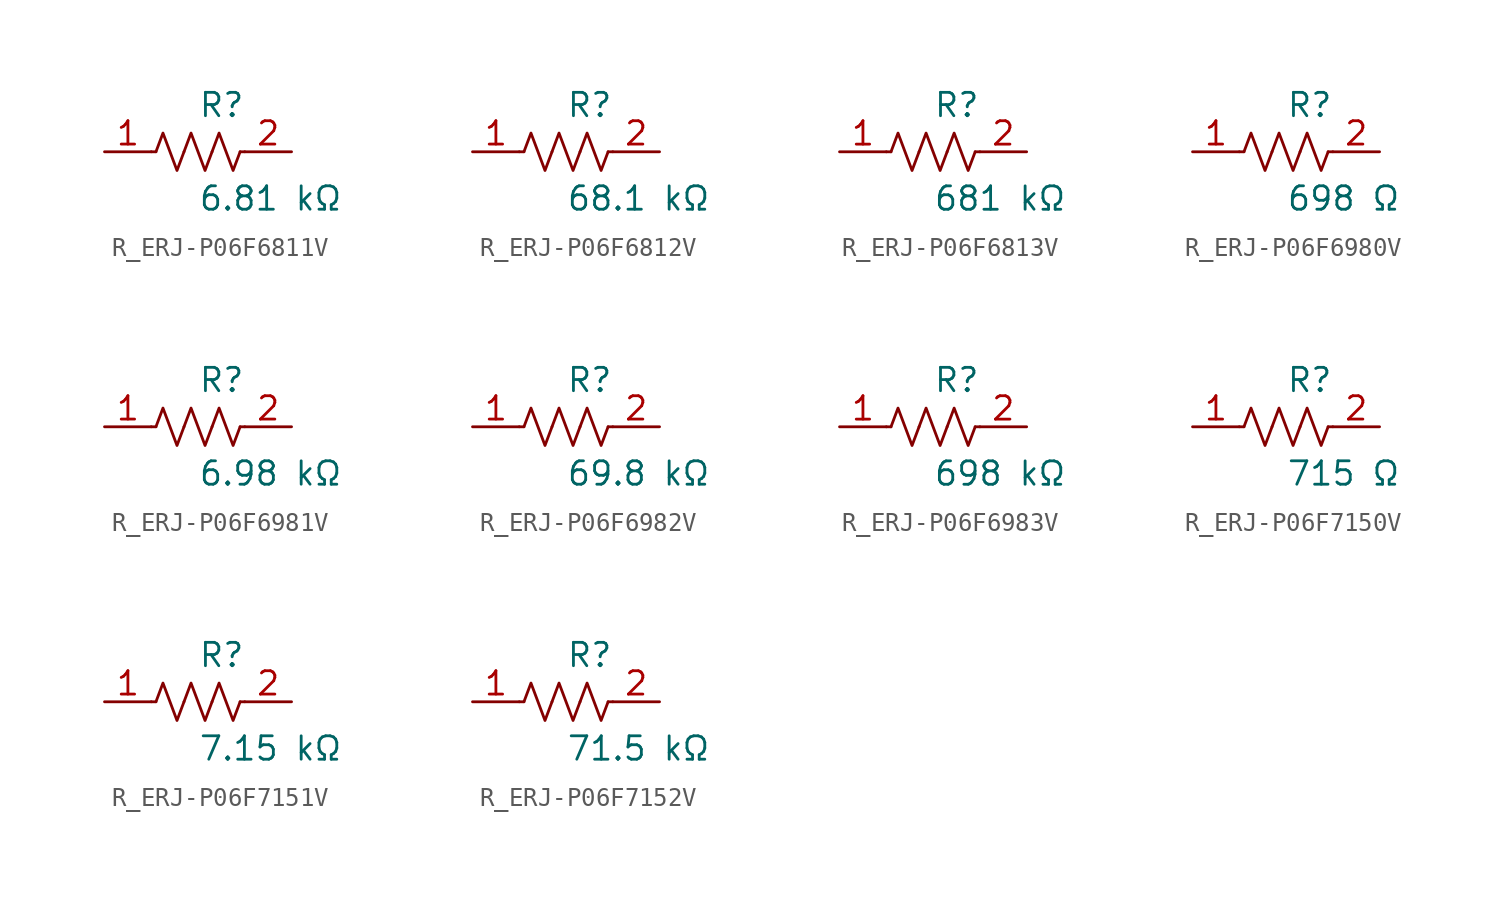
<source format=kicad_sym>
(kicad_symbol_lib
  (version 20231120)
  (generator kicad_symbol_editor)
  (generator_version 8.0)
  (symbol "R_ERJ-P06F6811V"
    (pin_names
      (offset 0.254))
    (property "Reference" "R"
      (at 0.0 2.54 0)
      (effects (font (size 1.27 1.27)) (justify left)))
    (property "Value" "6.81 kΩ"
      (at 0.0 -2.54 0)
      (effects (font (size 1.27 1.27)) (justify left)))
    (symbol "R_ERJ-P06F6811V_0_1"
      (polyline (pts (xy 2.286 0) (xy 2.54 0)) (stroke (width 0) (type default)) (fill (type none)))
      (polyline (pts (xy -2.286 0) (xy -2.54 0)) (stroke (width 0) (type default)) (fill (type none)))
      (polyline (pts (xy 0.762 0) (xy 1.143 1.016) (xy 1.524 0) (xy 1.905 -1.016) (xy 2.286 0)) (stroke (width 0) (type default)) (fill (type none)))
      (polyline (pts (xy -0.762 0) (xy -0.381 1.016) (xy 0 0) (xy 0.381 -1.016) (xy 0.762 0)) (stroke (width 0) (type default)) (fill (type none)))
      (polyline (pts (xy -2.286 0) (xy -1.905 1.016) (xy -1.524 0) (xy -1.143 -1.016) (xy -0.762 0)) (stroke (width 0) (type default)) (fill (type none))))
    (pin unspecified line
      (at -5.08 0 0)
      (length 2.54)
      (name "" (effects (font (size 1.27 1.27))))
      (number "1" (effects (font (size 1.27 1.27)))))
    (pin unspecified line
      (at 5.08 0 180)
      (length 2.54)
      (name "" (effects (font (size 1.27 1.27))))
      (number "2" (effects (font (size 1.27 1.27))))))
  (symbol "R_ERJ-P06F6812V"
    (pin_names
      (offset 0.254))
    (property "Reference" "R"
      (at 0.0 2.54 0)
      (effects (font (size 1.27 1.27)) (justify left)))
    (property "Value" "68.1 kΩ"
      (at 0.0 -2.54 0)
      (effects (font (size 1.27 1.27)) (justify left)))
    (symbol "R_ERJ-P06F6812V_0_1"
      (polyline (pts (xy 2.286 0) (xy 2.54 0)) (stroke (width 0) (type default)) (fill (type none)))
      (polyline (pts (xy -2.286 0) (xy -2.54 0)) (stroke (width 0) (type default)) (fill (type none)))
      (polyline (pts (xy 0.762 0) (xy 1.143 1.016) (xy 1.524 0) (xy 1.905 -1.016) (xy 2.286 0)) (stroke (width 0) (type default)) (fill (type none)))
      (polyline (pts (xy -0.762 0) (xy -0.381 1.016) (xy 0 0) (xy 0.381 -1.016) (xy 0.762 0)) (stroke (width 0) (type default)) (fill (type none)))
      (polyline (pts (xy -2.286 0) (xy -1.905 1.016) (xy -1.524 0) (xy -1.143 -1.016) (xy -0.762 0)) (stroke (width 0) (type default)) (fill (type none))))
    (pin unspecified line
      (at -5.08 0 0)
      (length 2.54)
      (name "" (effects (font (size 1.27 1.27))))
      (number "1" (effects (font (size 1.27 1.27)))))
    (pin unspecified line
      (at 5.08 0 180)
      (length 2.54)
      (name "" (effects (font (size 1.27 1.27))))
      (number "2" (effects (font (size 1.27 1.27))))))
  (symbol "R_ERJ-P06F6813V"
    (pin_names
      (offset 0.254))
    (property "Reference" "R"
      (at 0.0 2.54 0)
      (effects (font (size 1.27 1.27)) (justify left)))
    (property "Value" "681 kΩ"
      (at 0.0 -2.54 0)
      (effects (font (size 1.27 1.27)) (justify left)))
    (symbol "R_ERJ-P06F6813V_0_1"
      (polyline (pts (xy 2.286 0) (xy 2.54 0)) (stroke (width 0) (type default)) (fill (type none)))
      (polyline (pts (xy -2.286 0) (xy -2.54 0)) (stroke (width 0) (type default)) (fill (type none)))
      (polyline (pts (xy 0.762 0) (xy 1.143 1.016) (xy 1.524 0) (xy 1.905 -1.016) (xy 2.286 0)) (stroke (width 0) (type default)) (fill (type none)))
      (polyline (pts (xy -0.762 0) (xy -0.381 1.016) (xy 0 0) (xy 0.381 -1.016) (xy 0.762 0)) (stroke (width 0) (type default)) (fill (type none)))
      (polyline (pts (xy -2.286 0) (xy -1.905 1.016) (xy -1.524 0) (xy -1.143 -1.016) (xy -0.762 0)) (stroke (width 0) (type default)) (fill (type none))))
    (pin unspecified line
      (at -5.08 0 0)
      (length 2.54)
      (name "" (effects (font (size 1.27 1.27))))
      (number "1" (effects (font (size 1.27 1.27)))))
    (pin unspecified line
      (at 5.08 0 180)
      (length 2.54)
      (name "" (effects (font (size 1.27 1.27))))
      (number "2" (effects (font (size 1.27 1.27))))))
  (symbol "R_ERJ-P06F6980V"
    (pin_names
      (offset 0.254))
    (property "Reference" "R"
      (at 0.0 2.54 0)
      (effects (font (size 1.27 1.27)) (justify left)))
    (property "Value" "698 Ω"
      (at 0.0 -2.54 0)
      (effects (font (size 1.27 1.27)) (justify left)))
    (symbol "R_ERJ-P06F6980V_0_1"
      (polyline (pts (xy 2.286 0) (xy 2.54 0)) (stroke (width 0) (type default)) (fill (type none)))
      (polyline (pts (xy -2.286 0) (xy -2.54 0)) (stroke (width 0) (type default)) (fill (type none)))
      (polyline (pts (xy 0.762 0) (xy 1.143 1.016) (xy 1.524 0) (xy 1.905 -1.016) (xy 2.286 0)) (stroke (width 0) (type default)) (fill (type none)))
      (polyline (pts (xy -0.762 0) (xy -0.381 1.016) (xy 0 0) (xy 0.381 -1.016) (xy 0.762 0)) (stroke (width 0) (type default)) (fill (type none)))
      (polyline (pts (xy -2.286 0) (xy -1.905 1.016) (xy -1.524 0) (xy -1.143 -1.016) (xy -0.762 0)) (stroke (width 0) (type default)) (fill (type none))))
    (pin unspecified line
      (at -5.08 0 0)
      (length 2.54)
      (name "" (effects (font (size 1.27 1.27))))
      (number "1" (effects (font (size 1.27 1.27)))))
    (pin unspecified line
      (at 5.08 0 180)
      (length 2.54)
      (name "" (effects (font (size 1.27 1.27))))
      (number "2" (effects (font (size 1.27 1.27))))))
  (symbol "R_ERJ-P06F6981V"
    (pin_names
      (offset 0.254))
    (property "Reference" "R"
      (at 0.0 2.54 0)
      (effects (font (size 1.27 1.27)) (justify left)))
    (property "Value" "6.98 kΩ"
      (at 0.0 -2.54 0)
      (effects (font (size 1.27 1.27)) (justify left)))
    (symbol "R_ERJ-P06F6981V_0_1"
      (polyline (pts (xy 2.286 0) (xy 2.54 0)) (stroke (width 0) (type default)) (fill (type none)))
      (polyline (pts (xy -2.286 0) (xy -2.54 0)) (stroke (width 0) (type default)) (fill (type none)))
      (polyline (pts (xy 0.762 0) (xy 1.143 1.016) (xy 1.524 0) (xy 1.905 -1.016) (xy 2.286 0)) (stroke (width 0) (type default)) (fill (type none)))
      (polyline (pts (xy -0.762 0) (xy -0.381 1.016) (xy 0 0) (xy 0.381 -1.016) (xy 0.762 0)) (stroke (width 0) (type default)) (fill (type none)))
      (polyline (pts (xy -2.286 0) (xy -1.905 1.016) (xy -1.524 0) (xy -1.143 -1.016) (xy -0.762 0)) (stroke (width 0) (type default)) (fill (type none))))
    (pin unspecified line
      (at -5.08 0 0)
      (length 2.54)
      (name "" (effects (font (size 1.27 1.27))))
      (number "1" (effects (font (size 1.27 1.27)))))
    (pin unspecified line
      (at 5.08 0 180)
      (length 2.54)
      (name "" (effects (font (size 1.27 1.27))))
      (number "2" (effects (font (size 1.27 1.27))))))
  (symbol "R_ERJ-P06F6982V"
    (pin_names
      (offset 0.254))
    (property "Reference" "R"
      (at 0.0 2.54 0)
      (effects (font (size 1.27 1.27)) (justify left)))
    (property "Value" "69.8 kΩ"
      (at 0.0 -2.54 0)
      (effects (font (size 1.27 1.27)) (justify left)))
    (symbol "R_ERJ-P06F6982V_0_1"
      (polyline (pts (xy 2.286 0) (xy 2.54 0)) (stroke (width 0) (type default)) (fill (type none)))
      (polyline (pts (xy -2.286 0) (xy -2.54 0)) (stroke (width 0) (type default)) (fill (type none)))
      (polyline (pts (xy 0.762 0) (xy 1.143 1.016) (xy 1.524 0) (xy 1.905 -1.016) (xy 2.286 0)) (stroke (width 0) (type default)) (fill (type none)))
      (polyline (pts (xy -0.762 0) (xy -0.381 1.016) (xy 0 0) (xy 0.381 -1.016) (xy 0.762 0)) (stroke (width 0) (type default)) (fill (type none)))
      (polyline (pts (xy -2.286 0) (xy -1.905 1.016) (xy -1.524 0) (xy -1.143 -1.016) (xy -0.762 0)) (stroke (width 0) (type default)) (fill (type none))))
    (pin unspecified line
      (at -5.08 0 0)
      (length 2.54)
      (name "" (effects (font (size 1.27 1.27))))
      (number "1" (effects (font (size 1.27 1.27)))))
    (pin unspecified line
      (at 5.08 0 180)
      (length 2.54)
      (name "" (effects (font (size 1.27 1.27))))
      (number "2" (effects (font (size 1.27 1.27))))))
  (symbol "R_ERJ-P06F6983V"
    (pin_names
      (offset 0.254))
    (property "Reference" "R"
      (at 0.0 2.54 0)
      (effects (font (size 1.27 1.27)) (justify left)))
    (property "Value" "698 kΩ"
      (at 0.0 -2.54 0)
      (effects (font (size 1.27 1.27)) (justify left)))
    (symbol "R_ERJ-P06F6983V_0_1"
      (polyline (pts (xy 2.286 0) (xy 2.54 0)) (stroke (width 0) (type default)) (fill (type none)))
      (polyline (pts (xy -2.286 0) (xy -2.54 0)) (stroke (width 0) (type default)) (fill (type none)))
      (polyline (pts (xy 0.762 0) (xy 1.143 1.016) (xy 1.524 0) (xy 1.905 -1.016) (xy 2.286 0)) (stroke (width 0) (type default)) (fill (type none)))
      (polyline (pts (xy -0.762 0) (xy -0.381 1.016) (xy 0 0) (xy 0.381 -1.016) (xy 0.762 0)) (stroke (width 0) (type default)) (fill (type none)))
      (polyline (pts (xy -2.286 0) (xy -1.905 1.016) (xy -1.524 0) (xy -1.143 -1.016) (xy -0.762 0)) (stroke (width 0) (type default)) (fill (type none))))
    (pin unspecified line
      (at -5.08 0 0)
      (length 2.54)
      (name "" (effects (font (size 1.27 1.27))))
      (number "1" (effects (font (size 1.27 1.27)))))
    (pin unspecified line
      (at 5.08 0 180)
      (length 2.54)
      (name "" (effects (font (size 1.27 1.27))))
      (number "2" (effects (font (size 1.27 1.27))))))
  (symbol "R_ERJ-P06F7150V"
    (pin_names
      (offset 0.254))
    (property "Reference" "R"
      (at 0.0 2.54 0)
      (effects (font (size 1.27 1.27)) (justify left)))
    (property "Value" "715 Ω"
      (at 0.0 -2.54 0)
      (effects (font (size 1.27 1.27)) (justify left)))
    (symbol "R_ERJ-P06F7150V_0_1"
      (polyline (pts (xy 2.286 0) (xy 2.54 0)) (stroke (width 0) (type default)) (fill (type none)))
      (polyline (pts (xy -2.286 0) (xy -2.54 0)) (stroke (width 0) (type default)) (fill (type none)))
      (polyline (pts (xy 0.762 0) (xy 1.143 1.016) (xy 1.524 0) (xy 1.905 -1.016) (xy 2.286 0)) (stroke (width 0) (type default)) (fill (type none)))
      (polyline (pts (xy -0.762 0) (xy -0.381 1.016) (xy 0 0) (xy 0.381 -1.016) (xy 0.762 0)) (stroke (width 0) (type default)) (fill (type none)))
      (polyline (pts (xy -2.286 0) (xy -1.905 1.016) (xy -1.524 0) (xy -1.143 -1.016) (xy -0.762 0)) (stroke (width 0) (type default)) (fill (type none))))
    (pin unspecified line
      (at -5.08 0 0)
      (length 2.54)
      (name "" (effects (font (size 1.27 1.27))))
      (number "1" (effects (font (size 1.27 1.27)))))
    (pin unspecified line
      (at 5.08 0 180)
      (length 2.54)
      (name "" (effects (font (size 1.27 1.27))))
      (number "2" (effects (font (size 1.27 1.27))))))
  (symbol "R_ERJ-P06F7151V"
    (pin_names
      (offset 0.254))
    (property "Reference" "R"
      (at 0.0 2.54 0)
      (effects (font (size 1.27 1.27)) (justify left)))
    (property "Value" "7.15 kΩ"
      (at 0.0 -2.54 0)
      (effects (font (size 1.27 1.27)) (justify left)))
    (symbol "R_ERJ-P06F7151V_0_1"
      (polyline (pts (xy 2.286 0) (xy 2.54 0)) (stroke (width 0) (type default)) (fill (type none)))
      (polyline (pts (xy -2.286 0) (xy -2.54 0)) (stroke (width 0) (type default)) (fill (type none)))
      (polyline (pts (xy 0.762 0) (xy 1.143 1.016) (xy 1.524 0) (xy 1.905 -1.016) (xy 2.286 0)) (stroke (width 0) (type default)) (fill (type none)))
      (polyline (pts (xy -0.762 0) (xy -0.381 1.016) (xy 0 0) (xy 0.381 -1.016) (xy 0.762 0)) (stroke (width 0) (type default)) (fill (type none)))
      (polyline (pts (xy -2.286 0) (xy -1.905 1.016) (xy -1.524 0) (xy -1.143 -1.016) (xy -0.762 0)) (stroke (width 0) (type default)) (fill (type none))))
    (pin unspecified line
      (at -5.08 0 0)
      (length 2.54)
      (name "" (effects (font (size 1.27 1.27))))
      (number "1" (effects (font (size 1.27 1.27)))))
    (pin unspecified line
      (at 5.08 0 180)
      (length 2.54)
      (name "" (effects (font (size 1.27 1.27))))
      (number "2" (effects (font (size 1.27 1.27))))))
  (symbol "R_ERJ-P06F7152V"
    (pin_names
      (offset 0.254))
    (property "Reference" "R"
      (at 0.0 2.54 0)
      (effects (font (size 1.27 1.27)) (justify left)))
    (property "Value" "71.5 kΩ"
      (at 0.0 -2.54 0)
      (effects (font (size 1.27 1.27)) (justify left)))
    (symbol "R_ERJ-P06F7152V_0_1"
      (polyline (pts (xy 2.286 0) (xy 2.54 0)) (stroke (width 0) (type default)) (fill (type none)))
      (polyline (pts (xy -2.286 0) (xy -2.54 0)) (stroke (width 0) (type default)) (fill (type none)))
      (polyline (pts (xy 0.762 0) (xy 1.143 1.016) (xy 1.524 0) (xy 1.905 -1.016) (xy 2.286 0)) (stroke (width 0) (type default)) (fill (type none)))
      (polyline (pts (xy -0.762 0) (xy -0.381 1.016) (xy 0 0) (xy 0.381 -1.016) (xy 0.762 0)) (stroke (width 0) (type default)) (fill (type none)))
      (polyline (pts (xy -2.286 0) (xy -1.905 1.016) (xy -1.524 0) (xy -1.143 -1.016) (xy -0.762 0)) (stroke (width 0) (type default)) (fill (type none))))
    (pin unspecified line
      (at -5.08 0 0)
      (length 2.54)
      (name "" (effects (font (size 1.27 1.27))))
      (number "1" (effects (font (size 1.27 1.27)))))
    (pin unspecified line
      (at 5.08 0 180)
      (length 2.54)
      (name "" (effects (font (size 1.27 1.27))))
      (number "2" (effects (font (size 1.27 1.27)))))))
</source>
